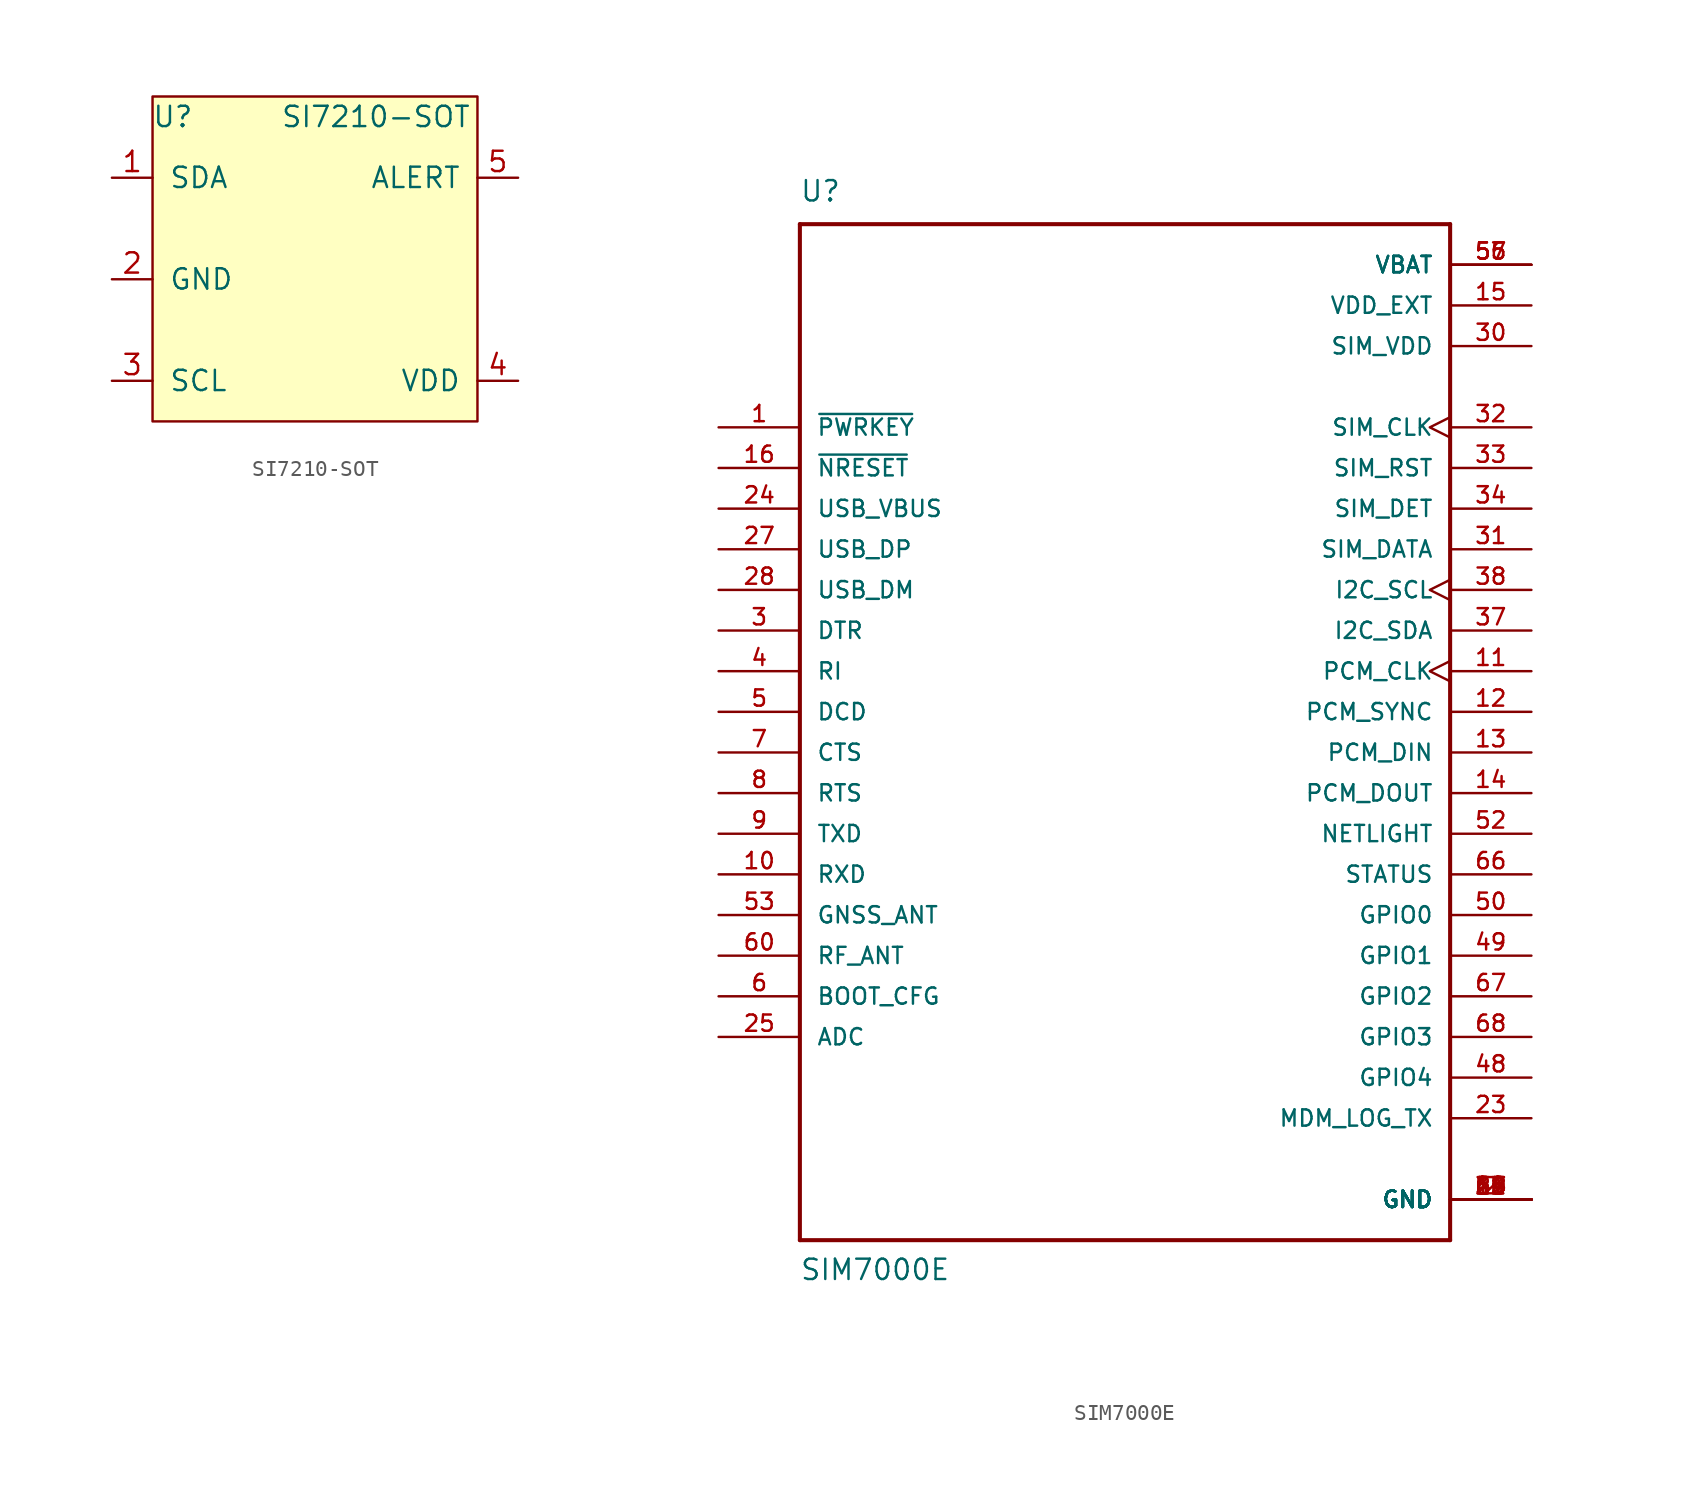
<source format=kicad_sym>
(kicad_symbol_lib
  (version 20211014)
  (generator kicad_symbol_editor)
  (symbol "SI7210-SOT"
    (pin_names
      (offset 1.016))
    (property "Reference" "U"
      (at -8.89 8.89 0)
      (effects (font (size 1.27 1.27))))
    (property "Value" "SI7210-SOT"
      (at 3.81 8.89 0)
      (effects (font (size 1.27 1.27))))
    (symbol "SI7210-SOT_0_1"
      (rectangle (start -10.16 10.16) (end 10.16 -10.16) (stroke (width 0) (type default) (color 0 0 0 0)) (fill (type background))))
    (symbol "SI7210-SOT_1_1"
      (pin open_collector line (at -12.7 5.08 0) (length 2.54) (name "SDA" (effects (font (size 1.27 1.27)))) (number "1" (effects (font (size 1.27 1.27)))))
      (pin power_in line (at -12.7 -1.27 0) (length 2.54) (name "GND" (effects (font (size 1.27 1.27)))) (number "2" (effects (font (size 1.27 1.27)))))
      (pin open_collector line (at -12.7 -7.62 0) (length 2.54) (name "SCL" (effects (font (size 1.27 1.27)))) (number "3" (effects (font (size 1.27 1.27)))))
      (pin power_in line (at 12.7 -7.62 180) (length 2.54) (name "VDD" (effects (font (size 1.27 1.27)))) (number "4" (effects (font (size 1.27 1.27)))))
      (pin output line (at 12.7 5.08 180) (length 2.54) (name "ALERT" (effects (font (size 1.27 1.27)))) (number "5" (effects (font (size 1.27 1.27)))))))
  (symbol "SIM7000E"
    (pin_names
      (offset 1.016))
    (property "Reference" "U"
      (at -20.345 34.341 0)
      (effects (font (size 1.27 1.27)) (justify left bottom)))
    (property "Value" "SIM7000E"
      (at -20.345 -33.071 0)
      (effects (font (size 1.27 1.27)) (justify left bottom)))
    (symbol "SIM7000E_0_0"
      (polyline (pts (xy -20.32 -30.48) (xy -20.32 33.02)) (stroke (width 0.254) (type default) (color 0 0 0 0)) (fill (type none)))
      (polyline (pts (xy -20.32 33.02) (xy 20.32 33.02)) (stroke (width 0.254) (type default) (color 0 0 0 0)) (fill (type none)))
      (polyline (pts (xy 20.32 -30.48) (xy -20.32 -30.48)) (stroke (width 0.254) (type default) (color 0 0 0 0)) (fill (type none)))
      (polyline (pts (xy 20.32 33.02) (xy 20.32 -30.48)) (stroke (width 0.254) (type default) (color 0 0 0 0)) (fill (type none)))
      (pin input line (at -25.4 20.32 0) (length 5.08) (name "~{PWRKEY}" (effects (font (size 1.016 1.016)))) (number "1" (effects (font (size 1.016 1.016)))))
      (pin input line (at -25.4 -7.62 0) (length 5.08) (name "RXD" (effects (font (size 1.016 1.016)))) (number "10" (effects (font (size 1.016 1.016)))))
      (pin output clock (at 25.4 5.08 180) (length 5.08) (name "PCM_CLK" (effects (font (size 1.016 1.016)))) (number "11" (effects (font (size 1.016 1.016)))))
      (pin output line (at 25.4 2.54 180) (length 5.08) (name "PCM_SYNC" (effects (font (size 1.016 1.016)))) (number "12" (effects (font (size 1.016 1.016)))))
      (pin input line (at 25.4 0 180) (length 5.08) (name "PCM_DIN" (effects (font (size 1.016 1.016)))) (number "13" (effects (font (size 1.016 1.016)))))
      (pin output line (at 25.4 -2.54 180) (length 5.08) (name "PCM_DOUT" (effects (font (size 1.016 1.016)))) (number "14" (effects (font (size 1.016 1.016)))))
      (pin power_out line (at 25.4 27.94 180) (length 5.08) (name "VDD_EXT" (effects (font (size 1.016 1.016)))) (number "15" (effects (font (size 1.016 1.016)))))
      (pin input line (at -25.4 17.78 0) (length 5.08) (name "~{NRESET}" (effects (font (size 1.016 1.016)))) (number "16" (effects (font (size 1.016 1.016)))))
      (pin power_in line (at 25.4 -27.94 180) (length 5.08) (name "GND" (effects (font (size 1.016 1.016)))) (number "17" (effects (font (size 1.016 1.016)))))
      (pin power_in line (at 25.4 -27.94 180) (length 5.08) (name "GND" (effects (font (size 1.016 1.016)))) (number "18" (effects (font (size 1.016 1.016)))))
      (pin power_in line (at 25.4 -27.94 180) (length 5.08) (name "GND" (effects (font (size 1.016 1.016)))) (number "2" (effects (font (size 1.016 1.016)))))
      (pin output line (at 25.4 -22.86 180) (length 5.08) (name "MDM_LOG_TX" (effects (font (size 1.016 1.016)))) (number "23" (effects (font (size 1.016 1.016)))))
      (pin input line (at -25.4 15.24 0) (length 5.08) (name "USB_VBUS" (effects (font (size 1.016 1.016)))) (number "24" (effects (font (size 1.016 1.016)))))
      (pin input line (at -25.4 -17.78 0) (length 5.08) (name "ADC" (effects (font (size 1.016 1.016)))) (number "25" (effects (font (size 1.016 1.016)))))
      (pin bidirectional line (at -25.4 12.7 0) (length 5.08) (name "USB_DP" (effects (font (size 1.016 1.016)))) (number "27" (effects (font (size 1.016 1.016)))))
      (pin bidirectional line (at -25.4 10.16 0) (length 5.08) (name "USB_DM" (effects (font (size 1.016 1.016)))) (number "28" (effects (font (size 1.016 1.016)))))
      (pin power_in line (at 25.4 -27.94 180) (length 5.08) (name "GND" (effects (font (size 1.016 1.016)))) (number "29" (effects (font (size 1.016 1.016)))))
      (pin input line (at -25.4 7.62 0) (length 5.08) (name "DTR" (effects (font (size 1.016 1.016)))) (number "3" (effects (font (size 1.016 1.016)))))
      (pin power_out line (at 25.4 25.4 180) (length 5.08) (name "SIM_VDD" (effects (font (size 1.016 1.016)))) (number "30" (effects (font (size 1.016 1.016)))))
      (pin bidirectional line (at 25.4 12.7 180) (length 5.08) (name "SIM_DATA" (effects (font (size 1.016 1.016)))) (number "31" (effects (font (size 1.016 1.016)))))
      (pin output clock (at 25.4 20.32 180) (length 5.08) (name "SIM_CLK" (effects (font (size 1.016 1.016)))) (number "32" (effects (font (size 1.016 1.016)))))
      (pin output line (at 25.4 17.78 180) (length 5.08) (name "SIM_RST" (effects (font (size 1.016 1.016)))) (number "33" (effects (font (size 1.016 1.016)))))
      (pin input line (at 25.4 15.24 180) (length 5.08) (name "SIM_DET" (effects (font (size 1.016 1.016)))) (number "34" (effects (font (size 1.016 1.016)))))
      (pin bidirectional line (at 25.4 7.62 180) (length 5.08) (name "I2C_SDA" (effects (font (size 1.016 1.016)))) (number "37" (effects (font (size 1.016 1.016)))))
      (pin output clock (at 25.4 10.16 180) (length 5.08) (name "I2C_SCL" (effects (font (size 1.016 1.016)))) (number "38" (effects (font (size 1.016 1.016)))))
      (pin power_in line (at 25.4 -27.94 180) (length 5.08) (name "GND" (effects (font (size 1.016 1.016)))) (number "39" (effects (font (size 1.016 1.016)))))
      (pin output line (at -25.4 5.08 0) (length 5.08) (name "RI" (effects (font (size 1.016 1.016)))) (number "4" (effects (font (size 1.016 1.016)))))
      (pin power_in line (at 25.4 -27.94 180) (length 5.08) (name "GND" (effects (font (size 1.016 1.016)))) (number "45" (effects (font (size 1.016 1.016)))))
      (pin power_in line (at 25.4 -27.94 180) (length 5.08) (name "GND" (effects (font (size 1.016 1.016)))) (number "46" (effects (font (size 1.016 1.016)))))
      (pin bidirectional line (at 25.4 -20.32 180) (length 5.08) (name "GPIO4" (effects (font (size 1.016 1.016)))) (number "48" (effects (font (size 1.016 1.016)))))
      (pin bidirectional line (at 25.4 -12.7 180) (length 5.08) (name "GPIO1" (effects (font (size 1.016 1.016)))) (number "49" (effects (font (size 1.016 1.016)))))
      (pin output line (at -25.4 2.54 0) (length 5.08) (name "DCD" (effects (font (size 1.016 1.016)))) (number "5" (effects (font (size 1.016 1.016)))))
      (pin bidirectional line (at 25.4 -10.16 180) (length 5.08) (name "GPIO0" (effects (font (size 1.016 1.016)))) (number "50" (effects (font (size 1.016 1.016)))))
      (pin output line (at 25.4 -5.08 180) (length 5.08) (name "NETLIGHT" (effects (font (size 1.016 1.016)))) (number "52" (effects (font (size 1.016 1.016)))))
      (pin input line (at -25.4 -10.16 0) (length 5.08) (name "GNSS_ANT" (effects (font (size 1.016 1.016)))) (number "53" (effects (font (size 1.016 1.016)))))
      (pin power_in line (at 25.4 -27.94 180) (length 5.08) (name "GND" (effects (font (size 1.016 1.016)))) (number "54" (effects (font (size 1.016 1.016)))))
      (pin power_in line (at 25.4 30.48 180) (length 5.08) (name "VBAT" (effects (font (size 1.016 1.016)))) (number "55" (effects (font (size 1.016 1.016)))))
      (pin power_in line (at 25.4 30.48 180) (length 5.08) (name "VBAT" (effects (font (size 1.016 1.016)))) (number "56" (effects (font (size 1.016 1.016)))))
      (pin power_in line (at 25.4 30.48 180) (length 5.08) (name "VBAT" (effects (font (size 1.016 1.016)))) (number "57" (effects (font (size 1.016 1.016)))))
      (pin power_in line (at 25.4 -27.94 180) (length 5.08) (name "GND" (effects (font (size 1.016 1.016)))) (number "58" (effects (font (size 1.016 1.016)))))
      (pin power_in line (at 25.4 -27.94 180) (length 5.08) (name "GND" (effects (font (size 1.016 1.016)))) (number "59" (effects (font (size 1.016 1.016)))))
      (pin input line (at -25.4 -15.24 0) (length 5.08) (name "BOOT_CFG" (effects (font (size 1.016 1.016)))) (number "6" (effects (font (size 1.016 1.016)))))
      (pin bidirectional line (at -25.4 -12.7 0) (length 5.08) (name "RF_ANT" (effects (font (size 1.016 1.016)))) (number "60" (effects (font (size 1.016 1.016)))))
      (pin power_in line (at 25.4 -27.94 180) (length 5.08) (name "GND" (effects (font (size 1.016 1.016)))) (number "61" (effects (font (size 1.016 1.016)))))
      (pin power_in line (at 25.4 -27.94 180) (length 5.08) (name "GND" (effects (font (size 1.016 1.016)))) (number "62" (effects (font (size 1.016 1.016)))))
      (pin power_in line (at 25.4 -27.94 180) (length 5.08) (name "GND" (effects (font (size 1.016 1.016)))) (number "63" (effects (font (size 1.016 1.016)))))
      (pin power_in line (at 25.4 -27.94 180) (length 5.08) (name "GND" (effects (font (size 1.016 1.016)))) (number "64" (effects (font (size 1.016 1.016)))))
      (pin power_in line (at 25.4 -27.94 180) (length 5.08) (name "GND" (effects (font (size 1.016 1.016)))) (number "65" (effects (font (size 1.016 1.016)))))
      (pin output line (at 25.4 -7.62 180) (length 5.08) (name "STATUS" (effects (font (size 1.016 1.016)))) (number "66" (effects (font (size 1.016 1.016)))))
      (pin bidirectional line (at 25.4 -15.24 180) (length 5.08) (name "GPIO2" (effects (font (size 1.016 1.016)))) (number "67" (effects (font (size 1.016 1.016)))))
      (pin bidirectional line (at 25.4 -17.78 180) (length 5.08) (name "GPIO3" (effects (font (size 1.016 1.016)))) (number "68" (effects (font (size 1.016 1.016)))))
      (pin output line (at -25.4 0 0) (length 5.08) (name "CTS" (effects (font (size 1.016 1.016)))) (number "7" (effects (font (size 1.016 1.016)))))
      (pin input line (at -25.4 -2.54 0) (length 5.08) (name "RTS" (effects (font (size 1.016 1.016)))) (number "8" (effects (font (size 1.016 1.016)))))
      (pin output line (at -25.4 -5.08 0) (length 5.08) (name "TXD" (effects (font (size 1.016 1.016)))) (number "9" (effects (font (size 1.016 1.016))))))))
</source>
